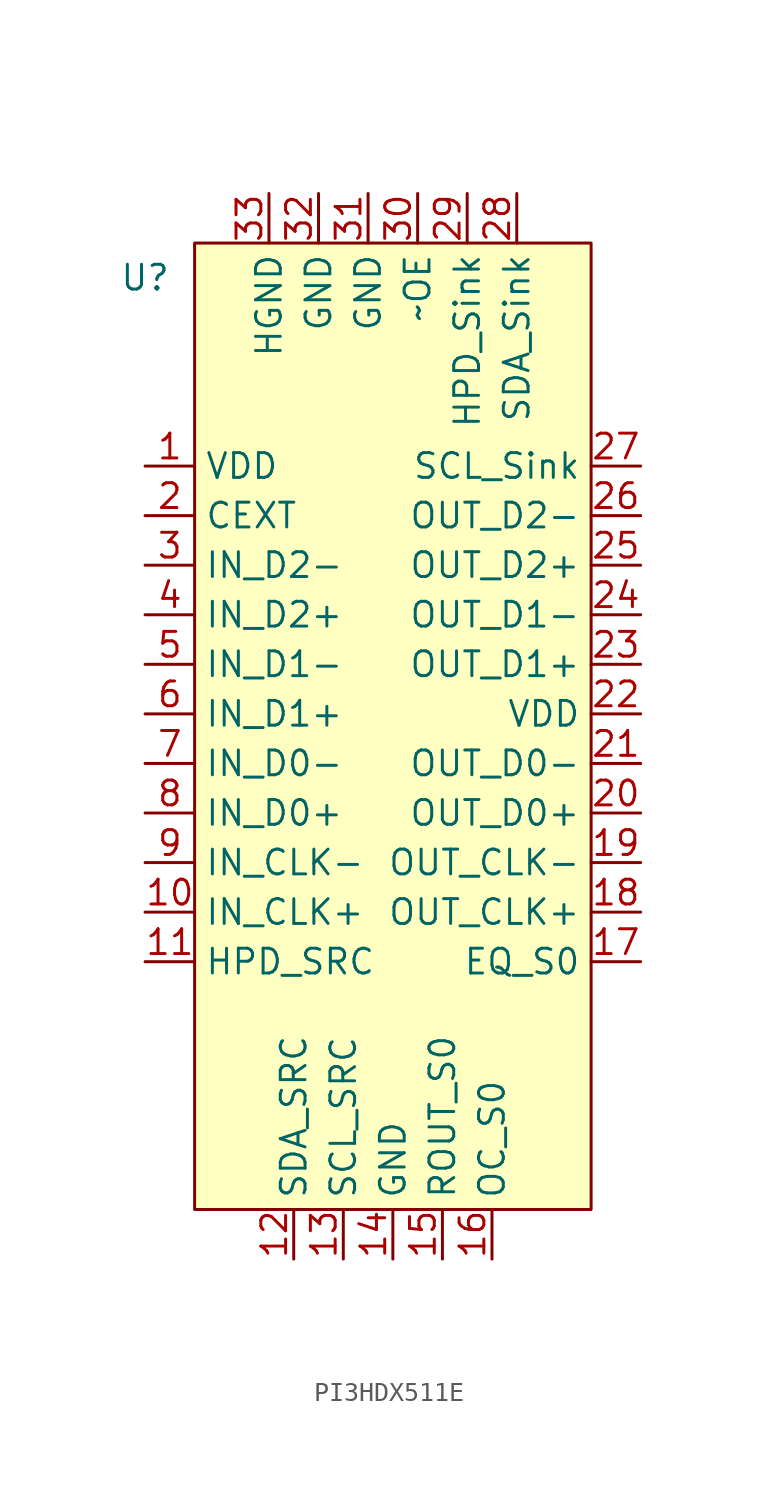
<source format=kicad_sym>
(kicad_symbol_lib
  (version 20241209)
  (generator "kicad_symbol_editor")
  (generator_version "9.0")
  (symbol "PI3HDX511E"
    (property "Reference" "U"
      (at -12.7 22.352 0)
      (effects (font (size 1.27 1.27))))
    (property "Value" ""
      (at 0 0 0)
      (effects (font (size 1.27 1.27))))
    (symbol "PI3HDX511E_1_1"
      (rectangle (start -10.16 24.13) (end 10.16 -25.4) (stroke (width 0) (type solid)) (fill (type background)))
      (pin passive line (at -12.7 12.7 0) (length 2.54) (name "VDD" (effects (font (size 1.27 1.27)))) (number "1" (effects (font (size 1.27 1.27)))))
      (pin passive line (at -12.7 10.16 0) (length 2.54) (name "CEXT" (effects (font (size 1.27 1.27)))) (number "2" (effects (font (size 1.27 1.27)))))
      (pin passive line (at -12.7 7.62 0) (length 2.54) (name "IN_D2-" (effects (font (size 1.27 1.27)))) (number "3" (effects (font (size 1.27 1.27)))))
      (pin passive line (at -12.7 5.08 0) (length 2.54) (name "IN_D2+" (effects (font (size 1.27 1.27)))) (number "4" (effects (font (size 1.27 1.27)))))
      (pin passive line (at -12.7 2.54 0) (length 2.54) (name "IN_D1-" (effects (font (size 1.27 1.27)))) (number "5" (effects (font (size 1.27 1.27)))))
      (pin passive line (at -12.7 0 0) (length 2.54) (name "IN_D1+" (effects (font (size 1.27 1.27)))) (number "6" (effects (font (size 1.27 1.27)))))
      (pin passive line (at -12.7 -2.54 0) (length 2.54) (name "IN_D0-" (effects (font (size 1.27 1.27)))) (number "7" (effects (font (size 1.27 1.27)))))
      (pin passive line (at -12.7 -5.08 0) (length 2.54) (name "IN_D0+" (effects (font (size 1.27 1.27)))) (number "8" (effects (font (size 1.27 1.27)))))
      (pin passive line (at -12.7 -7.62 0) (length 2.54) (name "IN_CLK-" (effects (font (size 1.27 1.27)))) (number "9" (effects (font (size 1.27 1.27)))))
      (pin passive line (at -12.7 -10.16 0) (length 2.54) (name "IN_CLK+" (effects (font (size 1.27 1.27)))) (number "10" (effects (font (size 1.27 1.27)))))
      (pin passive line (at -12.7 -12.7 0) (length 2.54) (name "HPD_SRC" (effects (font (size 1.27 1.27)))) (number "11" (effects (font (size 1.27 1.27)))))
      (pin passive line (at -6.35 26.67 270) (length 2.54) (name "HGND" (effects (font (size 1.27 1.27)))) (number "33" (effects (font (size 1.27 1.27)))))
      (pin passive line (at -5.08 -27.94 90) (length 2.54) (name "SDA_SRC" (effects (font (size 1.27 1.27)))) (number "12" (effects (font (size 1.27 1.27)))))
      (pin passive line (at -3.81 26.67 270) (length 2.54) (name "GND" (effects (font (size 1.27 1.27)))) (number "32" (effects (font (size 1.27 1.27)))))
      (pin passive line (at -2.54 -27.94 90) (length 2.54) (name "SCL_SRC" (effects (font (size 1.27 1.27)))) (number "13" (effects (font (size 1.27 1.27)))))
      (pin passive line (at -1.27 26.67 270) (length 2.54) (name "GND" (effects (font (size 1.27 1.27)))) (number "31" (effects (font (size 1.27 1.27)))))
      (pin passive line (at 0 -27.94 90) (length 2.54) (name "GND" (effects (font (size 1.27 1.27)))) (number "14" (effects (font (size 1.27 1.27)))))
      (pin passive line (at 1.27 26.67 270) (length 2.54) (name "~OE" (effects (font (size 1.27 1.27)))) (number "30" (effects (font (size 1.27 1.27)))))
      (pin passive line (at 2.54 -27.94 90) (length 2.54) (name "ROUT_S0" (effects (font (size 1.27 1.27)))) (number "15" (effects (font (size 1.27 1.27)))))
      (pin passive line (at 3.81 26.67 270) (length 2.54) (name "HPD_Sink" (effects (font (size 1.27 1.27)))) (number "29" (effects (font (size 1.27 1.27)))))
      (pin passive line (at 5.08 -27.94 90) (length 2.54) (name "OC_S0" (effects (font (size 1.27 1.27)))) (number "16" (effects (font (size 1.27 1.27)))))
      (pin passive line (at 6.35 26.67 270) (length 2.54) (name "SDA_Sink" (effects (font (size 1.27 1.27)))) (number "28" (effects (font (size 1.27 1.27)))))
      (pin passive line (at 12.7 12.7 180) (length 2.54) (name "SCL_Sink" (effects (font (size 1.27 1.27)))) (number "27" (effects (font (size 1.27 1.27)))))
      (pin passive line (at 12.7 10.16 180) (length 2.54) (name "OUT_D2-" (effects (font (size 1.27 1.27)))) (number "26" (effects (font (size 1.27 1.27)))))
      (pin passive line (at 12.7 7.62 180) (length 2.54) (name "OUT_D2+" (effects (font (size 1.27 1.27)))) (number "25" (effects (font (size 1.27 1.27)))))
      (pin passive line (at 12.7 5.08 180) (length 2.54) (name "OUT_D1-" (effects (font (size 1.27 1.27)))) (number "24" (effects (font (size 1.27 1.27)))))
      (pin passive line (at 12.7 2.54 180) (length 2.54) (name "OUT_D1+" (effects (font (size 1.27 1.27)))) (number "23" (effects (font (size 1.27 1.27)))))
      (pin passive line (at 12.7 0 180) (length 2.54) (name "VDD" (effects (font (size 1.27 1.27)))) (number "22" (effects (font (size 1.27 1.27)))))
      (pin passive line (at 12.7 -2.54 180) (length 2.54) (name "OUT_D0-" (effects (font (size 1.27 1.27)))) (number "21" (effects (font (size 1.27 1.27)))))
      (pin passive line (at 12.7 -5.08 180) (length 2.54) (name "OUT_D0+" (effects (font (size 1.27 1.27)))) (number "20" (effects (font (size 1.27 1.27)))))
      (pin passive line (at 12.7 -7.62 180) (length 2.54) (name "OUT_CLK-" (effects (font (size 1.27 1.27)))) (number "19" (effects (font (size 1.27 1.27)))))
      (pin passive line (at 12.7 -10.16 180) (length 2.54) (name "OUT_CLK+" (effects (font (size 1.27 1.27)))) (number "18" (effects (font (size 1.27 1.27)))))
      (pin passive line (at 12.7 -12.7 180) (length 2.54) (name "EQ_S0" (effects (font (size 1.27 1.27)))) (number "17" (effects (font (size 1.27 1.27))))))))
</source>
